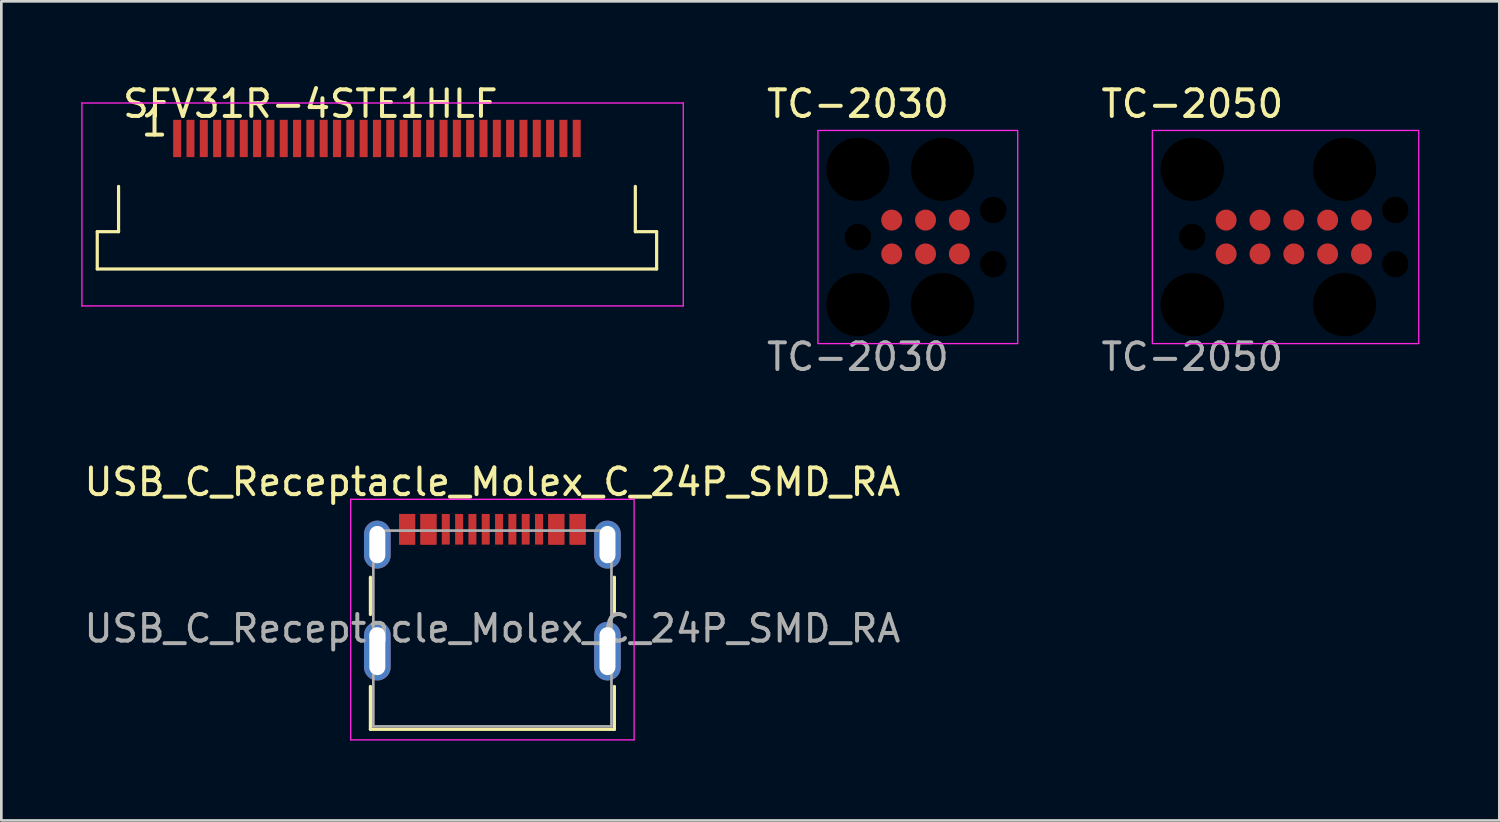
<source format=kicad_pcb>
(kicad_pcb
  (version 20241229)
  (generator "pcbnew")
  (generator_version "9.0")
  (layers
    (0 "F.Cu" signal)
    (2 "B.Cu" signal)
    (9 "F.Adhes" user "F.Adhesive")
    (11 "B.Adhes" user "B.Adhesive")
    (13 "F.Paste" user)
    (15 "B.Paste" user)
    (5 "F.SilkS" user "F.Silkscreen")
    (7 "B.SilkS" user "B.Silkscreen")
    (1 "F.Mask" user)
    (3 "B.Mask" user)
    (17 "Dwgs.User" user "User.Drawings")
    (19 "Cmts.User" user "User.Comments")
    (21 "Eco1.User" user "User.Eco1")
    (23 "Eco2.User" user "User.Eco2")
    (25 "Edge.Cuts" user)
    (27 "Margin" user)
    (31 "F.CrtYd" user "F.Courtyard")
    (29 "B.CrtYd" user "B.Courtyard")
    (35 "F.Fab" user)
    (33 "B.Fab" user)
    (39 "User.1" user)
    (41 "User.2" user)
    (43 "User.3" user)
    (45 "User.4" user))
  (footprint "TC-2030"
    (layer "F.Cu")
    (at 29.156 5.848)
    (property "Reference" "TC-2030" (at 0 -5 0) (unlocked yes) (layer "F.SilkS") (effects (font (size 1 1) (thickness 0.15))))
    (attr smd)
    (fp_rect (start -1.5 -4) (end 6 4) (stroke (width 0.05) (type default)) (fill no) (layer "F.CrtYd"))
    (fp_text user "${REFERENCE}" (at 0 4.5 0) (unlocked yes) (layer "F.Fab") (effects (font (size 1 1) (thickness 0.15))))
    (pad "" np_thru_hole circle (at 0 -2.54) (size 2.375 2.375) (drill 2.375) (layers "*.Mask"))
    (pad "" np_thru_hole circle (at 0 0) (size 0.991 0.991) (drill 0.991) (layers "*.Mask"))
    (pad "" np_thru_hole circle (at 0 2.54) (size 2.375 2.375) (drill 2.375) (layers "*.Mask"))
    (pad "" np_thru_hole circle (at 3.175 -2.54) (size 2.375 2.375) (drill 2.375) (layers "*.Mask"))
    (pad "" np_thru_hole circle (at 3.175 2.54) (size 2.375 2.375) (drill 2.375) (layers "*.Mask"))
    (pad "" np_thru_hole circle (at 5.08 -1.016) (size 0.991 0.991) (drill 0.991) (layers "*.Mask"))
    (pad "" np_thru_hole circle (at 5.08 1.016) (size 0.991 0.991) (drill 0.991) (layers "*.Mask"))
    (pad "1" smd circle (at 1.27 0.635) (size 0.787 0.787) (layers "F.Cu" "F.Mask" "F.Paste"))
    (pad "2" smd circle (at 1.27 -0.635) (size 0.787 0.787) (layers "F.Cu" "F.Mask" "F.Paste"))
    (pad "3" smd circle (at 2.54 0.635) (size 0.787 0.787) (layers "F.Cu" "F.Mask" "F.Paste"))
    (pad "4" smd circle (at 2.54 -0.635) (size 0.787 0.787) (layers "F.Cu" "F.Mask" "F.Paste"))
    (pad "5" smd circle (at 3.81 0.635) (size 0.787 0.787) (layers "F.Cu" "F.Mask" "F.Paste"))
    (pad "6" smd circle (at 3.81 -0.635) (size 0.787 0.787) (layers "F.Cu" "F.Mask" "F.Paste")))
  (footprint "SFV31R-4STE1HLF"
    (layer "F.Cu")
    (at 11.101 2.848)
    (property "Reference" "SFV31R-4STE1HLF" (at -2.5 -2 0) (layer "F.SilkS") (effects (font (size 1 1) (thickness 0.15))))
    (attr smd)
    (fp_line (start -10.5 2.8) (end -10.5 4.2) (stroke (width 0.12) (type solid)) (layer "F.SilkS"))
    (fp_line (start -10.5 2.8) (end -9.7 2.8) (stroke (width 0.12) (type solid)) (layer "F.SilkS"))
    (fp_line (start -9.7 1.1) (end -9.7 2.8) (stroke (width 0.12) (type solid)) (layer "F.SilkS"))
    (fp_line (start 9.7 1.1) (end 9.7 2.8) (stroke (width 0.12) (type solid)) (layer "F.SilkS"))
    (fp_line (start 9.7 2.8) (end 10.5 2.8) (stroke (width 0.12) (type solid)) (layer "F.SilkS"))
    (fp_line (start 10.5 2.8) (end 10.5 4.2) (stroke (width 0.12) (type solid)) (layer "F.SilkS"))
    (fp_line (start 10.5 4.2) (end -10.5 4.2) (stroke (width 0.12) (type solid)) (layer "F.SilkS"))
    (fp_line (start -11.076 -2.032) (end 11.5 -2.032) (stroke (width 0.05) (type solid)) (layer "F.CrtYd"))
    (fp_line (start -11.076 5.588) (end -11.076 -2.032) (stroke (width 0.05) (type solid)) (layer "F.CrtYd"))
    (fp_line (start 11.5 -2.032) (end 11.5 5.588) (stroke (width 0.05) (type solid)) (layer "F.CrtYd"))
    (fp_line (start 11.5 5.588) (end -11.076 5.588) (stroke (width 0.05) (type solid)) (layer "F.CrtYd"))
    (fp_text user "1" (at -8.35 -1.3 0) (unlocked yes) (layer "F.SilkS") (effects (font (size 1 1) (thickness 0.15))))
    (pad "" smd custom (at -9.275 0.55) (size 0.1 0.1) (layers "F.Paste") (options (anchor rect)) (primitives (gr_poly (pts (xy 1.325 1.15) (xy 0.075 1.15) (xy 0.075 0.45) (xy -1.325 0.45) (xy -1.325 -0.65) (xy -0.625 -0.65) (xy -0.625 -1.15) (xy 1.325 -1.15)) (width 0) (fill yes))))
    (pad "" smd custom (at 9.275 0.55) (size 0.1 0.1) (layers "F.Paste") (options (anchor rect)) (primitives (gr_poly (pts (xy 0.625 -0.65) (xy 1.325 -0.65) (xy 1.325 0.45) (xy -0.075 0.45) (xy -0.075 1.15) (xy -1.325 1.15) (xy -1.325 -1.15) (xy 0.625 -1.15)) (width 0) (fill yes))))
    (pad "1" smd rect (at -7.5 -0.7) (size 0.3 1.4) (layers "F.Cu" "F.Mask" "F.Paste"))
    (pad "2" smd rect (at -7 -0.7) (size 0.3 1.4) (layers "F.Cu" "F.Mask" "F.Paste"))
    (pad "3" smd rect (at -6.5 -0.7) (size 0.3 1.4) (layers "F.Cu" "F.Mask" "F.Paste"))
    (pad "4" smd rect (at -6 -0.7) (size 0.3 1.4) (layers "F.Cu" "F.Mask" "F.Paste"))
    (pad "5" smd rect (at -5.5 -0.7) (size 0.3 1.4) (layers "F.Cu" "F.Mask" "F.Paste"))
    (pad "6" smd rect (at -5 -0.7) (size 0.3 1.4) (layers "F.Cu" "F.Mask" "F.Paste"))
    (pad "7" smd rect (at -4.5 -0.7) (size 0.3 1.4) (layers "F.Cu" "F.Mask" "F.Paste"))
    (pad "8" smd rect (at -4 -0.7) (size 0.3 1.4) (layers "F.Cu" "F.Mask" "F.Paste"))
    (pad "9" smd rect (at -3.5 -0.7) (size 0.3 1.4) (layers "F.Cu" "F.Mask" "F.Paste"))
    (pad "10" smd rect (at -3 -0.7) (size 0.3 1.4) (layers "F.Cu" "F.Mask" "F.Paste"))
    (pad "11" smd rect (at -2.5 -0.7) (size 0.3 1.4) (layers "F.Cu" "F.Mask" "F.Paste"))
    (pad "12" smd rect (at -2 -0.7) (size 0.3 1.4) (layers "F.Cu" "F.Mask" "F.Paste"))
    (pad "13" smd rect (at -1.5 -0.7) (size 0.3 1.4) (layers "F.Cu" "F.Mask" "F.Paste"))
    (pad "14" smd rect (at -1 -0.7) (size 0.3 1.4) (layers "F.Cu" "F.Mask" "F.Paste"))
    (pad "15" smd rect (at -0.5 -0.7) (size 0.3 1.4) (layers "F.Cu" "F.Mask" "F.Paste"))
    (pad "16" smd rect (at 0 -0.7) (size 0.3 1.4) (layers "F.Cu" "F.Mask" "F.Paste"))
    (pad "17" smd rect (at 0.5 -0.7) (size 0.3 1.4) (layers "F.Cu" "F.Mask" "F.Paste"))
    (pad "18" smd rect (at 1 -0.7) (size 0.3 1.4) (layers "F.Cu" "F.Mask" "F.Paste"))
    (pad "19" smd rect (at 1.5 -0.7) (size 0.3 1.4) (layers "F.Cu" "F.Mask" "F.Paste"))
    (pad "20" smd rect (at 2 -0.7) (size 0.3 1.4) (layers "F.Cu" "F.Mask" "F.Paste"))
    (pad "21" smd rect (at 2.5 -0.7) (size 0.3 1.4) (layers "F.Cu" "F.Mask" "F.Paste"))
    (pad "22" smd rect (at 3 -0.7) (size 0.3 1.4) (layers "F.Cu" "F.Mask" "F.Paste"))
    (pad "23" smd rect (at 3.5 -0.7) (size 0.3 1.4) (layers "F.Cu" "F.Mask" "F.Paste"))
    (pad "24" smd rect (at 4 -0.7) (size 0.3 1.4) (layers "F.Cu" "F.Mask" "F.Paste"))
    (pad "25" smd rect (at 4.5 -0.7) (size 0.3 1.4) (layers "F.Cu" "F.Mask" "F.Paste"))
    (pad "26" smd rect (at 5 -0.7) (size 0.3 1.4) (layers "F.Cu" "F.Mask" "F.Paste"))
    (pad "27" smd rect (at 5.5 -0.7) (size 0.3 1.4) (layers "F.Cu" "F.Mask" "F.Paste"))
    (pad "28" smd rect (at 6 -0.7) (size 0.3 1.4) (layers "F.Cu" "F.Mask" "F.Paste"))
    (pad "29" smd rect (at 6.5 -0.7) (size 0.3 1.4) (layers "F.Cu" "F.Mask" "F.Paste"))
    (pad "30" smd rect (at 7 -0.7) (size 0.3 1.4) (layers "F.Cu" "F.Mask" "F.Paste"))
    (pad "31" smd rect (at 7.5 -0.7) (size 0.3 1.4) (layers "F.Cu" "F.Mask" "F.Paste")))
  (footprint "TC-2050"
    (layer "F.Cu")
    (at 41.711 5.848)
    (property "Reference" "TC-2050" (at 0 -5 0) (unlocked yes) (layer "F.SilkS") (effects (font (size 1 1) (thickness 0.15))))
    (attr smd)
    (fp_rect (start -1.5 -4) (end 8.5 4) (stroke (width 0.05) (type default)) (fill no) (layer "F.CrtYd"))
    (fp_text user "${REFERENCE}" (at 0 4.5 0) (unlocked yes) (layer "F.Fab") (effects (font (size 1 1) (thickness 0.15))))
    (pad "" np_thru_hole circle (at 0 -2.54) (size 2.375 2.375) (drill 2.375) (layers "*.Mask"))
    (pad "" np_thru_hole circle (at 0 0) (size 0.991 0.991) (drill 0.991) (layers "*.Mask"))
    (pad "" np_thru_hole circle (at 0 2.54) (size 2.375 2.375) (drill 2.375) (layers "*.Mask"))
    (pad "" np_thru_hole circle (at 5.715 -2.54) (size 2.375 2.375) (drill 2.375) (layers "*.Mask"))
    (pad "" np_thru_hole circle (at 5.715 2.54) (size 2.375 2.375) (drill 2.375) (layers "*.Mask"))
    (pad "" np_thru_hole circle (at 7.62 -1.015) (size 0.991 0.991) (drill 0.991) (layers "*.Mask"))
    (pad "" np_thru_hole circle (at 7.62 1.015) (size 0.991 0.991) (drill 0.991) (layers "*.Mask"))
    (pad "1" smd circle (at 1.27 0.635) (size 0.787 0.787) (layers "F.Cu" "F.Mask" "F.Paste"))
    (pad "2" smd circle (at 2.54 0.635) (size 0.787 0.787) (layers "F.Cu" "F.Mask" "F.Paste"))
    (pad "3" smd circle (at 3.81 0.635) (size 0.787 0.787) (layers "F.Cu" "F.Mask" "F.Paste"))
    (pad "4" smd circle (at 5.08 0.635) (size 0.787 0.787) (layers "F.Cu" "F.Mask" "F.Paste"))
    (pad "5" smd circle (at 6.35 0.635) (size 0.787 0.787) (layers "F.Cu" "F.Mask" "F.Paste"))
    (pad "6" smd circle (at 6.35 -0.635) (size 0.787 0.787) (layers "F.Cu" "F.Mask" "F.Paste"))
    (pad "7" smd circle (at 5.08 -0.635) (size 0.787 0.787) (layers "F.Cu" "F.Mask" "F.Paste"))
    (pad "8" smd circle (at 3.81 -0.635) (size 0.787 0.787) (layers "F.Cu" "F.Mask" "F.Paste"))
    (pad "9" smd circle (at 2.54 -0.635) (size 0.787 0.787) (layers "F.Cu" "F.Mask" "F.Paste"))
    (pad "10" smd circle (at 1.27 -0.635) (size 0.787 0.787) (layers "F.Cu" "F.Mask" "F.Paste")))
  (footprint "USB_C_Receptacle_Molex_C_24P_SMD_RA"
    (layer "F.Cu")
    (at 15.435 16.82)
    (property "Reference" "USB_C_Receptacle_Molex_C_24P_SMD_RA" (at 0 -1.775 0) (layer "F.SilkS") (effects (font (size 1 1) (thickness 0.15))))
    (attr smd)
    (fp_line (start -4.58 1.8) (end -4.58 3.2) (stroke (width 0.12) (type solid)) (layer "F.SilkS"))
    (fp_line (start -4.58 7.51) (end -4.58 5.9) (stroke (width 0.12) (type solid)) (layer "F.SilkS"))
    (fp_line (start 4.58 3.2) (end 4.58 1.8) (stroke (width 0.12) (type solid)) (layer "F.SilkS"))
    (fp_line (start 4.58 5.9) (end 4.58 7.51) (stroke (width 0.12) (type solid)) (layer "F.SilkS"))
    (fp_line (start 4.58 7.51) (end -4.58 7.51) (stroke (width 0.12) (type solid)) (layer "F.SilkS"))
    (fp_line (start -5.32 -1.125) (end 5.32 -1.125) (stroke (width 0.05) (type solid)) (layer "F.CrtYd"))
    (fp_line (start -5.32 7.905) (end -5.32 -1.125) (stroke (width 0.05) (type solid)) (layer "F.CrtYd"))
    (fp_line (start 5.32 -1.125) (end 5.32 7.905) (stroke (width 0.05) (type solid)) (layer "F.CrtYd"))
    (fp_line (start 5.32 7.905) (end -5.32 7.905) (stroke (width 0.05) (type solid)) (layer "F.CrtYd"))
    (fp_line (start -4.47 0.05) (end -4.47 7.4) (stroke (width 0.1) (type solid)) (layer "F.Fab"))
    (fp_line (start -4.47 0.05) (end 4.47 0.05) (stroke (width 0.1) (type solid)) (layer "F.Fab"))
    (fp_line (start -4.47 7.4) (end 4.47 7.4) (stroke (width 0.1) (type solid)) (layer "F.Fab"))
    (fp_line (start 4.47 7.4) (end 4.47 0.05) (stroke (width 0.1) (type solid)) (layer "F.Fab"))
    (fp_text user "${REFERENCE}" (at 0 3.725 0) (layer "F.Fab") (effects (font (size 1 1) (thickness 0.15))))
    (pad "A1" smd rect (at -3.2 0) (size 0.6 1.15) (layers "F.Cu" "F.Mask" "F.Paste"))
    (pad "A4" smd rect (at -2.4 0) (size 0.6 1.15) (layers "F.Cu" "F.Mask" "F.Paste"))
    (pad "A5" smd rect (at -1.25 0) (size 0.3 1.15) (layers "F.Cu" "F.Mask" "F.Paste"))
    (pad "A6" smd rect (at -0.25 0) (size 0.3 1.15) (layers "F.Cu" "F.Mask" "F.Paste"))
    (pad "A7" smd rect (at 0.25 0) (size 0.3 1.15) (layers "F.Cu" "F.Mask" "F.Paste"))
    (pad "A8" smd rect (at 1.25 0) (size 0.3 1.15) (layers "F.Cu" "F.Mask" "F.Paste"))
    (pad "A9" smd rect (at 2.4 0) (size 0.6 1.15) (layers "F.Cu" "F.Mask" "F.Paste"))
    (pad "A12" smd rect (at 3.2 0) (size 0.6 1.15) (layers "F.Cu" "F.Mask" "F.Paste"))
    (pad "B1" smd rect (at 3.2 0) (size 0.6 1.15) (layers "F.Cu" "F.Mask" "F.Paste"))
    (pad "B4" smd rect (at 2.4 0) (size 0.6 1.15) (layers "F.Cu" "F.Mask" "F.Paste"))
    (pad "B5" smd rect (at 1.75 0) (size 0.3 1.15) (layers "F.Cu" "F.Mask" "F.Paste"))
    (pad "B6" smd rect (at 0.75 0) (size 0.3 1.15) (layers "F.Cu" "F.Mask" "F.Paste"))
    (pad "B7" smd rect (at -0.75 0) (size 0.3 1.15) (layers "F.Cu" "F.Mask" "F.Paste"))
    (pad "B8" smd rect (at -1.75 0) (size 0.3 1.15) (layers "F.Cu" "F.Mask" "F.Paste"))
    (pad "B9" smd rect (at -2.4 0) (size 0.6 1.15) (layers "F.Cu" "F.Mask" "F.Paste"))
    (pad "B12" smd rect (at -3.2 0) (size 0.6 1.15) (layers "F.Cu" "F.Mask" "F.Paste"))
    (pad "S1" thru_hole oval (at -4.32 0.575) (size 1 1.8) (drill oval 0.6 1.4) (layers "*.Cu" "*.Mask"))
    (pad "S1" thru_hole oval (at -4.32 4.575) (size 1 2.2) (drill oval 0.6 1.8) (layers "*.Cu" "*.Mask"))
    (pad "S1" thru_hole oval (at 4.32 0.575) (size 1 1.8) (drill oval 0.6 1.4) (layers "*.Cu" "*.Mask"))
    (pad "S1" thru_hole oval (at 4.32 4.575) (size 1 2.2) (drill oval 0.6 1.8) (layers "*.Cu" "*.Mask")))
  (gr_rect
    (start -3 -3)
    (end 53.236 27.75)
    (stroke (width 0.1) (type default))
    (fill no)
    (layer "Edge.Cuts")))
</source>
